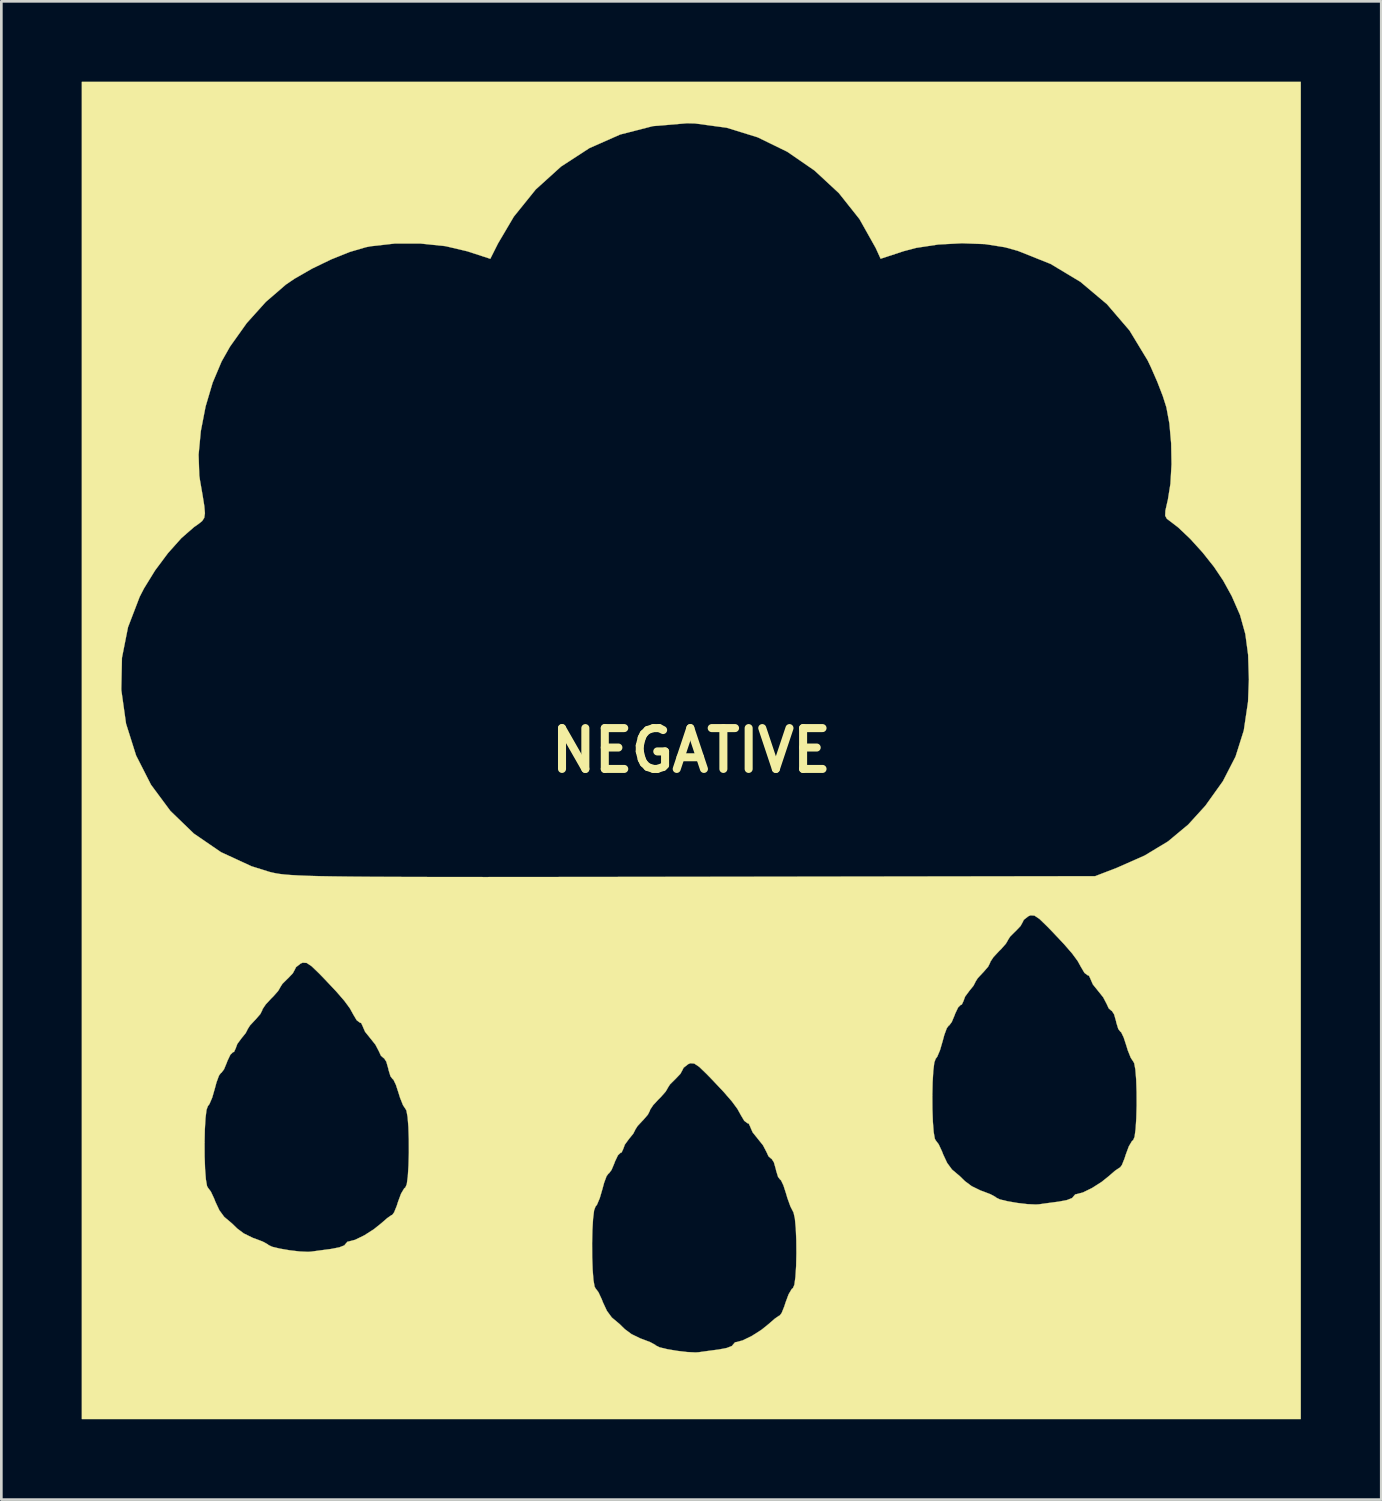
<source format=kicad_pcb>
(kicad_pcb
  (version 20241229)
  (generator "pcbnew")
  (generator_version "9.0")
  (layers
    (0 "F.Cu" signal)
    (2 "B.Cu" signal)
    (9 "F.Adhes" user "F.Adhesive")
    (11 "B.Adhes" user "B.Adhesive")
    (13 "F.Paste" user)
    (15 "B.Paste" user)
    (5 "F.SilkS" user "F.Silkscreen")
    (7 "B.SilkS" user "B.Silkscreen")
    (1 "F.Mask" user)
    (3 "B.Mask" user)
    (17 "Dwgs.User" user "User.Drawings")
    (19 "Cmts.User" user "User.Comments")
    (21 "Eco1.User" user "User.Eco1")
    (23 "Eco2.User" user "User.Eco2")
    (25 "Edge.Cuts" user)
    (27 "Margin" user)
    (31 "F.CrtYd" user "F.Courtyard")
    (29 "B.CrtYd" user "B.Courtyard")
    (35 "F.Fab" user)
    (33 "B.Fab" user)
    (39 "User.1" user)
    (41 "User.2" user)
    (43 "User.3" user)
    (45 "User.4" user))
  (footprint "NEGATIVE"
    (layer "F.Cu")
    (at 22.755 24.963)
    (property "Reference" "NEGATIVE" (at 0 0 0) (layer "F.SilkS") (effects (font (size 1.524 1.524) (thickness 0.3))))
    (attr through_hole)
    (fp_poly (pts (xy 22.75 24.958) (xy -22.75 24.958) (xy -22.75 14.644) (xy -18.169 14.644) (xy -18.167 15.152) (xy -18.15 15.625) (xy -18.12 16.012) (xy -18.077 16.259) (xy -18.044 16.32) (xy -17.933 16.468) (xy -17.806 16.74) (xy -17.768 16.841) (xy -17.618 17.162) (xy -17.438 17.408) (xy -17.394 17.446) (xy -17.145 17.656) (xy -16.952 17.844) (xy -16.701 18.031) (xy -16.363 18.196) (xy -16.289 18.221) (xy -15.999 18.332) (xy -15.811 18.434) (xy -15.785 18.46) (xy -15.647 18.526) (xy -15.36 18.595) (xy -14.993 18.658) (xy -14.619 18.702) (xy -14.306 18.716) (xy -14.191 18.708) (xy -13.949 18.675) (xy -13.599 18.628) (xy -13.445 18.608) (xy -13.14 18.548) (xy -12.951 18.474) (xy -12.921 18.436) (xy -12.889 18.398) (xy -3.703 18.398) (xy -3.7 18.907) (xy -3.683 19.38) (xy -3.653 19.766) (xy -3.61 20.014) (xy -3.577 20.075) (xy -3.466 20.223) (xy -3.339 20.495) (xy -3.301 20.596) (xy -3.151 20.917) (xy -2.971 21.163) (xy -2.927 21.201) (xy -2.678 21.41) (xy -2.485 21.599) (xy -2.234 21.786) (xy -1.896 21.95) (xy -1.822 21.976) (xy -1.532 22.087) (xy -1.344 22.189) (xy -1.318 22.215) (xy -1.18 22.281) (xy -0.893 22.35) (xy -0.526 22.412) (xy -0.152 22.456) (xy 0.161 22.471) (xy 0.276 22.463) (xy 0.518 22.429) (xy 0.868 22.382) (xy 1.022 22.362) (xy 1.327 22.303) (xy 1.516 22.229) (xy 1.546 22.191) (xy 1.632 22.092) (xy 1.667 22.087) (xy 1.917 22.022) (xy 2.259 21.855) (xy 2.617 21.627) (xy 2.887 21.41) (xy 3.113 21.213) (xy 3.273 21.102) (xy 3.301 21.093) (xy 3.373 20.997) (xy 3.471 20.755) (xy 3.52 20.602) (xy 3.632 20.3) (xy 3.749 20.103) (xy 3.793 20.068) (xy 3.847 19.946) (xy 3.887 19.655) (xy 3.913 19.246) (xy 3.923 18.772) (xy 3.919 18.284) (xy 3.9 17.832) (xy 3.866 17.47) (xy 3.816 17.248) (xy 3.8 17.217) (xy 3.7 17.022) (xy 3.586 16.706) (xy 3.537 16.538) (xy 3.439 16.235) (xy 3.349 16.046) (xy 3.311 16.013) (xy 3.238 15.917) (xy 3.165 15.679) (xy 3.155 15.627) (xy 3.082 15.372) (xy 2.998 15.244) (xy 2.984 15.24) (xy 2.88 15.148) (xy 2.809 14.992) (xy 2.675 14.736) (xy 2.47 14.48) (xy 2.29 14.256) (xy 2.209 14.073) (xy 2.209 14.065) (xy 2.143 13.928) (xy 2.096 13.915) (xy 1.976 13.824) (xy 1.849 13.611) (xy 1.723 13.382) (xy 1.518 13.103) (xy 1.322 12.877) (xy 8.997 12.877) (xy 9 13.385) (xy 9.017 13.859) (xy 9.047 14.245) (xy 9.09 14.492) (xy 9.123 14.554) (xy 9.234 14.701) (xy 9.361 14.973) (xy 9.399 15.074) (xy 9.549 15.395) (xy 9.729 15.641) (xy 9.773 15.679) (xy 10.022 15.889) (xy 10.215 16.077) (xy 10.466 16.264) (xy 10.804 16.429) (xy 10.878 16.454) (xy 11.168 16.565) (xy 11.356 16.668) (xy 11.382 16.693) (xy 11.52 16.759) (xy 11.807 16.828) (xy 12.174 16.891) (xy 12.548 16.935) (xy 12.861 16.949) (xy 12.976 16.942) (xy 13.218 16.908) (xy 13.568 16.861) (xy 13.722 16.841) (xy 14.027 16.781) (xy 14.216 16.707) (xy 14.246 16.669) (xy 14.332 16.57) (xy 14.367 16.565) (xy 14.617 16.5) (xy 14.959 16.333) (xy 15.317 16.105) (xy 15.587 15.888) (xy 15.813 15.692) (xy 15.973 15.581) (xy 16.001 15.571) (xy 16.073 15.476) (xy 16.171 15.233) (xy 16.22 15.08) (xy 16.332 14.778) (xy 16.449 14.581) (xy 16.493 14.546) (xy 16.546 14.425) (xy 16.585 14.133) (xy 16.611 13.724) (xy 16.624 13.246) (xy 16.622 12.751) (xy 16.607 12.291) (xy 16.577 11.915) (xy 16.533 11.676) (xy 16.502 11.619) (xy 16.405 11.473) (xy 16.292 11.191) (xy 16.239 11.016) (xy 16.14 10.714) (xy 16.049 10.524) (xy 16.011 10.491) (xy 15.938 10.395) (xy 15.865 10.158) (xy 15.855 10.105) (xy 15.782 9.85) (xy 15.698 9.722) (xy 15.684 9.718) (xy 15.58 9.626) (xy 15.509 9.47) (xy 15.375 9.214) (xy 15.17 8.958) (xy 14.99 8.734) (xy 14.909 8.551) (xy 14.909 8.544) (xy 14.843 8.407) (xy 14.796 8.393) (xy 14.676 8.303) (xy 14.549 8.089) (xy 14.423 7.86) (xy 14.218 7.581) (xy 13.908 7.224) (xy 13.468 6.757) (xy 13.274 6.558) (xy 12.996 6.289) (xy 12.809 6.164) (xy 12.662 6.155) (xy 12.584 6.187) (xy 12.412 6.322) (xy 12.369 6.41) (xy 12.293 6.55) (xy 12.108 6.744) (xy 12.093 6.757) (xy 11.903 6.946) (xy 11.817 7.081) (xy 11.817 7.087) (xy 11.743 7.213) (xy 11.561 7.419) (xy 11.485 7.493) (xy 11.277 7.717) (xy 11.162 7.891) (xy 11.154 7.924) (xy 11.08 8.072) (xy 10.901 8.278) (xy 10.88 8.299) (xy 10.694 8.498) (xy 10.605 8.638) (xy 10.604 8.646) (xy 10.534 8.782) (xy 10.381 8.971) (xy 10.22 9.189) (xy 10.16 9.353) (xy 10.098 9.486) (xy 10.058 9.497) (xy 9.961 9.591) (xy 9.85 9.824) (xy 9.829 9.884) (xy 9.723 10.136) (xy 9.626 10.266) (xy 9.61 10.27) (xy 9.537 10.368) (xy 9.444 10.62) (xy 9.382 10.85) (xy 9.283 11.19) (xy 9.179 11.435) (xy 9.122 11.509) (xy 9.071 11.648) (xy 9.033 11.957) (xy 9.008 12.383) (xy 8.997 12.877) (xy 1.322 12.877) (xy 1.208 12.745) (xy 0.768 12.279) (xy 0.574 12.079) (xy 0.296 11.811) (xy 0.109 11.686) (xy -0.038 11.676) (xy -0.116 11.709) (xy -0.288 11.844) (xy -0.331 11.932) (xy -0.407 12.071) (xy -0.592 12.265) (xy -0.607 12.279) (xy -0.797 12.468) (xy -0.883 12.603) (xy -0.883 12.609) (xy -0.957 12.734) (xy -1.139 12.94) (xy -1.215 13.015) (xy -1.423 13.239) (xy -1.538 13.412) (xy -1.546 13.446) (xy -1.62 13.593) (xy -1.799 13.8) (xy -1.82 13.82) (xy -2.006 14.02) (xy -2.095 14.159) (xy -2.096 14.168) (xy -2.166 14.304) (xy -2.319 14.492) (xy -2.48 14.711) (xy -2.54 14.874) (xy -2.602 15.007) (xy -2.642 15.019) (xy -2.739 15.113) (xy -2.85 15.346) (xy -2.871 15.406) (xy -2.977 15.658) (xy -3.074 15.787) (xy -3.09 15.792) (xy -3.163 15.89) (xy -3.256 16.142) (xy -3.318 16.372) (xy -3.417 16.711) (xy -3.521 16.957) (xy -3.578 17.03) (xy -3.629 17.17) (xy -3.667 17.479) (xy -3.692 17.905) (xy -3.703 18.398) (xy -12.889 18.398) (xy -12.835 18.337) (xy -12.8 18.332) (xy -12.55 18.267) (xy -12.208 18.1) (xy -11.85 17.872) (xy -11.58 17.655) (xy -11.354 17.459) (xy -11.194 17.347) (xy -11.166 17.338) (xy -11.094 17.243) (xy -10.995 17) (xy -10.947 16.847) (xy -10.835 16.545) (xy -10.718 16.348) (xy -10.674 16.313) (xy -10.621 16.192) (xy -10.582 15.9) (xy -10.556 15.49) (xy -10.543 15.013) (xy -10.545 14.518) (xy -10.56 14.058) (xy -10.59 13.682) (xy -10.634 13.443) (xy -10.665 13.386) (xy -10.762 13.24) (xy -10.874 12.958) (xy -10.928 12.783) (xy -11.027 12.48) (xy -11.118 12.291) (xy -11.156 12.258) (xy -11.229 12.162) (xy -11.302 11.925) (xy -11.312 11.872) (xy -11.385 11.617) (xy -11.469 11.489) (xy -11.483 11.485) (xy -11.587 11.393) (xy -11.658 11.237) (xy -11.792 10.981) (xy -11.997 10.725) (xy -12.177 10.501) (xy -12.258 10.318) (xy -12.258 10.311) (xy -12.324 10.174) (xy -12.371 10.16) (xy -12.491 10.07) (xy -12.618 9.856) (xy -12.744 9.627) (xy -12.949 9.348) (xy -13.259 8.99) (xy -13.699 8.524) (xy -13.892 8.325) (xy -14.171 8.056) (xy -14.358 7.931) (xy -14.505 7.922) (xy -14.583 7.954) (xy -14.755 8.089) (xy -14.798 8.177) (xy -14.874 8.317) (xy -15.059 8.511) (xy -15.074 8.524) (xy -15.264 8.713) (xy -15.35 8.848) (xy -15.35 8.854) (xy -15.424 8.98) (xy -15.606 9.185) (xy -15.682 9.26) (xy -15.889 9.484) (xy -16.005 9.658) (xy -16.013 9.691) (xy -16.087 9.839) (xy -16.266 10.045) (xy -16.287 10.066) (xy -16.473 10.265) (xy -16.562 10.405) (xy -16.563 10.413) (xy -16.633 10.549) (xy -16.786 10.738) (xy -16.947 10.956) (xy -17.007 11.12) (xy -17.069 11.253) (xy -17.109 11.264) (xy -17.206 11.358) (xy -17.317 11.591) (xy -17.338 11.651) (xy -17.443 11.903) (xy -17.541 12.033) (xy -17.557 12.037) (xy -17.63 12.135) (xy -17.723 12.387) (xy -17.785 12.617) (xy -17.883 12.957) (xy -17.988 13.202) (xy -18.045 13.276) (xy -18.096 13.415) (xy -18.134 13.724) (xy -18.159 14.15) (xy -18.169 14.644) (xy -22.75 14.644) (xy -22.75 -2.264) (xy -21.278 -2.264) (xy -21.1 -0.999) (xy -20.725 0.188) (xy -20.169 1.28) (xy -19.445 2.257) (xy -18.57 3.102) (xy -17.557 3.796) (xy -16.422 4.321) (xy -15.752 4.531) (xy -15.634 4.56) (xy -15.505 4.587) (xy -15.355 4.611) (xy -15.172 4.632) (xy -14.945 4.65) (xy -14.661 4.666) (xy -14.31 4.68) (xy -13.88 4.692) (xy -13.36 4.701) (xy -12.737 4.709) (xy -12.001 4.715) (xy -11.139 4.719) (xy -10.141 4.722) (xy -8.995 4.724) (xy -7.689 4.725) (xy -6.212 4.724) (xy -4.552 4.722) (xy -2.698 4.72) (xy -0.638 4.717) (xy 0.055 4.716) (xy 15.074 4.693) (xy 15.885 4.381) (xy 16.924 3.921) (xy 17.795 3.395) (xy 18.549 2.767) (xy 19.19 2.062) (xy 19.844 1.147) (xy 20.316 0.228) (xy 20.623 -0.745) (xy 20.782 -1.819) (xy 20.814 -2.65) (xy 20.785 -3.57) (xy 20.681 -4.347) (xy 20.484 -5.054) (xy 20.174 -5.762) (xy 19.852 -6.346) (xy 19.512 -6.853) (xy 19.084 -7.392) (xy 18.621 -7.902) (xy 18.177 -8.323) (xy 17.899 -8.537) (xy 17.753 -8.646) (xy 17.689 -8.762) (xy 17.697 -8.951) (xy 17.77 -9.277) (xy 17.789 -9.355) (xy 17.885 -9.955) (xy 17.926 -10.686) (xy 17.912 -11.464) (xy 17.846 -12.207) (xy 17.734 -12.81) (xy 17.599 -13.233) (xy 17.394 -13.763) (xy 17.153 -14.313) (xy 17.035 -14.56) (xy 16.359 -15.675) (xy 15.516 -16.658) (xy 14.526 -17.492) (xy 13.41 -18.162) (xy 12.188 -18.65) (xy 11.706 -18.784) (xy 10.963 -18.901) (xy 10.105 -18.933) (xy 9.22 -18.886) (xy 8.396 -18.761) (xy 7.923 -18.636) (xy 7.067 -18.355) (xy 6.883 -18.758) (xy 6.278 -19.835) (xy 5.508 -20.805) (xy 4.599 -21.648) (xy 3.581 -22.349) (xy 2.479 -22.887) (xy 1.322 -23.245) (xy 0.137 -23.405) (xy -0.163 -23.412) (xy -1.435 -23.305) (xy -2.655 -22.992) (xy -3.803 -22.485) (xy -4.861 -21.797) (xy -5.808 -20.94) (xy -6.624 -19.928) (xy -7.217 -18.923) (xy -7.503 -18.353) (xy -8.362 -18.633) (xy -9.177 -18.825) (xy -10.107 -18.922) (xy -11.068 -18.922) (xy -11.972 -18.82) (xy -12.148 -18.785) (xy -12.749 -18.609) (xy -13.444 -18.33) (xy -14.156 -17.986) (xy -14.807 -17.612) (xy -15.133 -17.391) (xy -15.883 -16.744) (xy -16.597 -15.95) (xy -17.218 -15.077) (xy -17.533 -14.521) (xy -17.868 -13.728) (xy -18.131 -12.84) (xy -18.309 -11.922) (xy -18.392 -11.041) (xy -18.366 -10.262) (xy -18.342 -10.097) (xy -18.242 -9.52) (xy -18.178 -9.119) (xy -18.156 -8.854) (xy -18.181 -8.684) (xy -18.258 -8.565) (xy -18.391 -8.458) (xy -18.563 -8.338) (xy -19.035 -7.926) (xy -19.535 -7.366) (xy -20.016 -6.721) (xy -20.43 -6.049) (xy -20.593 -5.732) (xy -21.027 -4.6) (xy -21.253 -3.459) (xy -21.278 -2.264) (xy -22.75 -2.264) (xy -22.75 -24.958) (xy 22.75 -24.958) (xy 22.75 24.958)) (stroke (width 0.01) (type solid)) (fill yes) (layer "F.SilkS")))
  (gr_rect
    (start -3 -3)
    (end 48.509 52.927)
    (stroke (width 0.1) (type default))
    (fill no)
    (layer "Edge.Cuts")))
</source>
